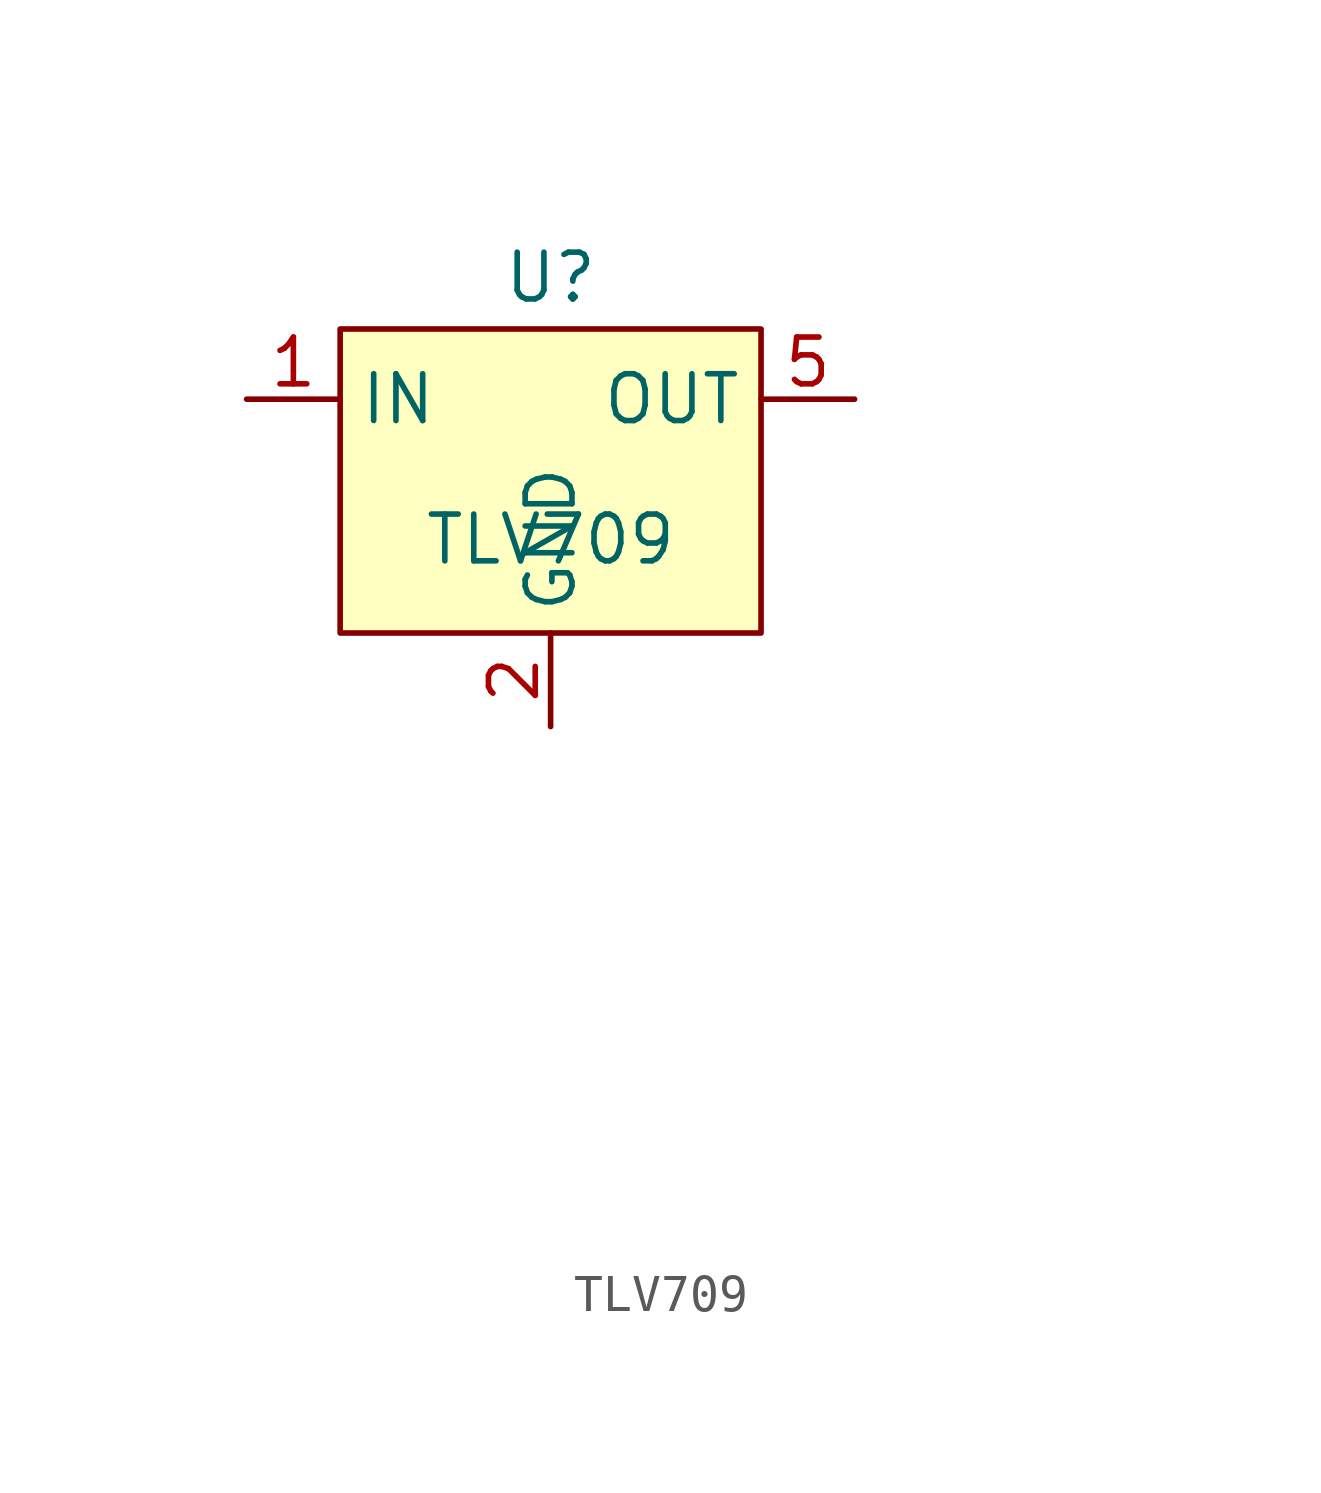
<source format=kicad_sym>
(kicad_symbol_lib
  (version 20231120)
  (generator "kicad_symbol_editor")
  (generator_version "8.0")
  (symbol "TLV709"
    (property "Reference" "U"
      (at 0 7.112 0)
      (effects (font (size 1.27 1.27))))
    (property "Value" "TLV709"
      (at 0 0 0)
      (effects (font (size 1.27 1.27))))
    (symbol "TLV709_0_1"
      (rectangle (start -5.715 5.715) (end 5.715 -2.54) (stroke (width 0) (type default)) (fill (type background))))
    (symbol "TLV709_1_1"
      (pin power_in line (at -8.255 3.81 0) (length 2.54) (name "IN" (effects (font (size 1.27 1.27)))) (number "1" (effects (font (size 1.27 1.27)))))
      (pin power_in line (at 0 -5.08 90) (length 2.54) (name "GND" (effects (font (size 1.27 1.27)))) (number "2" (effects (font (size 1.27 1.27)))))
      (pin no_connect line (at 14.605 -14.605 180) (length 5.08) hide (name "NC" (effects (font (size 1.27 1.27)))) (number "3" (effects (font (size 1.27 1.27)))))
      (pin no_connect line (at 14.605 -17.145 180) (length 5.08) hide (name "NC" (effects (font (size 1.27 1.27)))) (number "4" (effects (font (size 1.27 1.27)))))
      (pin power_out line (at 8.255 3.81 180) (length 2.54) (name "OUT" (effects (font (size 1.27 1.27)))) (number "5" (effects (font (size 1.27 1.27))))))))
</source>
